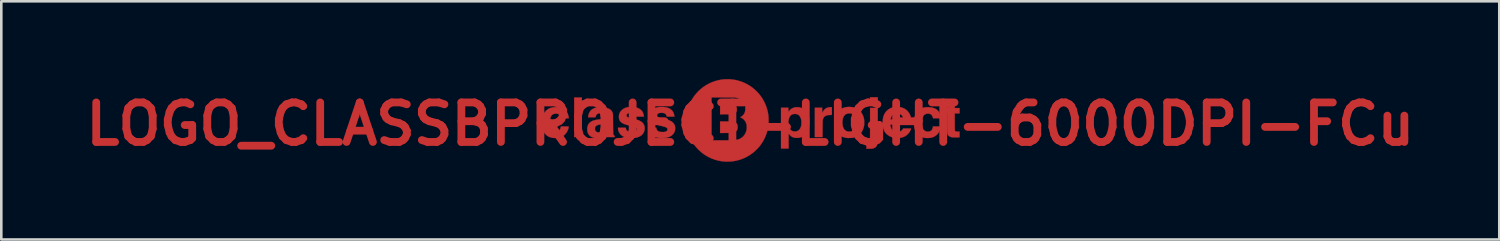
<source format=kicad_pcb>
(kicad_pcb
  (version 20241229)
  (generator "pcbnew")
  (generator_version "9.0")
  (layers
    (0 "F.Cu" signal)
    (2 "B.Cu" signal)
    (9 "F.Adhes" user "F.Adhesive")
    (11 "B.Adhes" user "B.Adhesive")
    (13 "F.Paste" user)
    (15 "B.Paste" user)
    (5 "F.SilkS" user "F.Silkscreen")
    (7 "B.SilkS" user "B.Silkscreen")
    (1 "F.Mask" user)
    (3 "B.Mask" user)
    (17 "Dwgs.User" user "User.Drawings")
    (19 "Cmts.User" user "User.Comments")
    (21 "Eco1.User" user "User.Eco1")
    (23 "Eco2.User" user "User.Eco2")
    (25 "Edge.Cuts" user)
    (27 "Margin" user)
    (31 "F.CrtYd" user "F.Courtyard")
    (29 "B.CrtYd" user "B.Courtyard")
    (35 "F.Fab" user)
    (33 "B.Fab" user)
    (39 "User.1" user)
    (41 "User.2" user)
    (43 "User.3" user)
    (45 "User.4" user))
  (footprint "LOGO_CLASSBPROJECT-LIGHT-6000DPI-FCu"
    (layer "F.Cu")
    (at 25.879 1.734)
    (property "Reference" "LOGO_CLASSBPROJECT-LIGHT-6000DPI-FCu" (at 0 0 0) (layer "F.Cu") (effects (font (size 1.524 1.524) (thickness 0.3))))
    (attr through_hole)
    (fp_poly (pts (xy -6.494 0.5) (xy -6.79 0.5) (xy -6.79 -1.024) (xy -6.494 -1.024) (xy -6.494 0.5)) (stroke (width 0.01) (type solid)) (fill yes) (layer "F.Cu"))
    (fp_poly (pts (xy 4.915 -0.762) (xy 4.619 -0.762) (xy 4.619 -1.033) (xy 4.915 -1.033) (xy 4.915 -0.762)) (stroke (width 0.01) (type solid)) (fill yes) (layer "F.Cu"))
    (fp_poly (pts (xy -0.949 -0.102) (xy -0.891 -0.101) (xy -0.84 -0.101) (xy -0.796 -0.101) (xy -0.758 -0.1) (xy -0.726 -0.099) (xy -0.699 -0.097) (xy -0.676 -0.095) (xy -0.656 -0.092) (xy -0.639 -0.089) (xy -0.623 -0.084) (xy -0.609 -0.079) (xy -0.595 -0.074) (xy -0.585 -0.069) (xy -0.553 -0.049) (xy -0.526 -0.023) (xy -0.506 0.009) (xy -0.493 0.044) (xy -0.489 0.062) (xy -0.488 0.086) (xy -0.487 0.112) (xy -0.488 0.138) (xy -0.49 0.162) (xy -0.491 0.172) (xy -0.502 0.209) (xy -0.52 0.244) (xy -0.544 0.274) (xy -0.573 0.299) (xy -0.598 0.314) (xy -0.61 0.319) (xy -0.621 0.323) (xy -0.631 0.327) (xy -0.643 0.33) (xy -0.655 0.333) (xy -0.67 0.335) (xy -0.688 0.337) (xy -0.709 0.338) (xy -0.735 0.339) (xy -0.766 0.34) (xy -0.803 0.341) (xy -0.847 0.341) (xy -0.897 0.342) (xy -0.924 0.342) (xy -1.164 0.344) (xy -1.164 -0.102) (xy -0.949 -0.102)) (stroke (width 0.01) (type solid)) (fill yes) (layer "F.Cu"))
    (fp_poly (pts (xy 3.145 -0.353) (xy 3.07 -0.35) (xy 3.037 -0.349) (xy 3.01 -0.347) (xy 2.988 -0.344) (xy 2.97 -0.341) (xy 2.963 -0.339) (xy 2.92 -0.325) (xy 2.883 -0.305) (xy 2.853 -0.28) (xy 2.829 -0.248) (xy 2.81 -0.211) (xy 2.797 -0.167) (xy 2.797 -0.167) (xy 2.795 -0.16) (xy 2.794 -0.152) (xy 2.793 -0.144) (xy 2.792 -0.134) (xy 2.791 -0.123) (xy 2.79 -0.109) (xy 2.789 -0.091) (xy 2.789 -0.07) (xy 2.788 -0.044) (xy 2.788 -0.013) (xy 2.788 0.024) (xy 2.787 0.067) (xy 2.787 0.118) (xy 2.787 0.176) (xy 2.787 0.185) (xy 2.785 0.5) (xy 2.489 0.5) (xy 2.489 -0.631) (xy 2.768 -0.631) (xy 2.77 -0.533) (xy 2.771 -0.435) (xy 2.799 -0.477) (xy 2.826 -0.515) (xy 2.851 -0.547) (xy 2.876 -0.573) (xy 2.901 -0.594) (xy 2.928 -0.612) (xy 2.949 -0.623) (xy 2.983 -0.635) (xy 3.022 -0.645) (xy 3.065 -0.65) (xy 3.1 -0.652) (xy 3.145 -0.652) (xy 3.145 -0.353)) (stroke (width 0.01) (type solid)) (fill yes) (layer "F.Cu"))
    (fp_poly (pts (xy -0.937 -0.744) (xy -0.884 -0.743) (xy -0.839 -0.743) (xy -0.801 -0.742) (xy -0.768 -0.741) (xy -0.741 -0.741) (xy -0.719 -0.739) (xy -0.699 -0.738) (xy -0.683 -0.736) (xy -0.668 -0.734) (xy -0.655 -0.731) (xy -0.641 -0.728) (xy -0.627 -0.724) (xy -0.621 -0.722) (xy -0.592 -0.709) (xy -0.566 -0.69) (xy -0.547 -0.667) (xy -0.537 -0.651) (xy -0.53 -0.635) (xy -0.526 -0.617) (xy -0.524 -0.595) (xy -0.523 -0.568) (xy -0.523 -0.561) (xy -0.523 -0.537) (xy -0.524 -0.52) (xy -0.527 -0.506) (xy -0.53 -0.494) (xy -0.533 -0.486) (xy -0.549 -0.456) (xy -0.571 -0.432) (xy -0.6 -0.412) (xy -0.608 -0.408) (xy -0.62 -0.403) (xy -0.631 -0.398) (xy -0.642 -0.393) (xy -0.654 -0.39) (xy -0.666 -0.387) (xy -0.681 -0.385) (xy -0.699 -0.383) (xy -0.72 -0.381) (xy -0.745 -0.38) (xy -0.776 -0.38) (xy -0.812 -0.379) (xy -0.855 -0.379) (xy -0.905 -0.378) (xy -0.93 -0.378) (xy -1.164 -0.376) (xy -1.164 -0.746) (xy -0.937 -0.744)) (stroke (width 0.01) (type solid)) (fill yes) (layer "F.Cu"))
    (fp_poly (pts (xy 4.914 0.052) (xy 4.914 0.141) (xy 4.913 0.221) (xy 4.913 0.294) (xy 4.913 0.36) (xy 4.913 0.419) (xy 4.913 0.472) (xy 4.912 0.518) (xy 4.912 0.559) (xy 4.912 0.595) (xy 4.912 0.625) (xy 4.911 0.651) (xy 4.911 0.674) (xy 4.91 0.692) (xy 4.91 0.707) (xy 4.909 0.72) (xy 4.909 0.73) (xy 4.908 0.737) (xy 4.907 0.744) (xy 4.906 0.749) (xy 4.905 0.753) (xy 4.905 0.754) (xy 4.891 0.799) (xy 4.873 0.837) (xy 4.852 0.868) (xy 4.827 0.894) (xy 4.796 0.914) (xy 4.759 0.93) (xy 4.716 0.943) (xy 4.701 0.945) (xy 4.679 0.947) (xy 4.651 0.949) (xy 4.614 0.95) (xy 4.584 0.951) (xy 4.479 0.953) (xy 4.479 0.715) (xy 4.512 0.718) (xy 4.542 0.719) (xy 4.565 0.715) (xy 4.585 0.706) (xy 4.595 0.699) (xy 4.605 0.687) (xy 4.613 0.673) (xy 4.614 0.67) (xy 4.614 0.665) (xy 4.615 0.656) (xy 4.616 0.642) (xy 4.616 0.623) (xy 4.617 0.598) (xy 4.617 0.568) (xy 4.617 0.532) (xy 4.618 0.49) (xy 4.618 0.441) (xy 4.618 0.386) (xy 4.618 0.323) (xy 4.618 0.253) (xy 4.619 0.175) (xy 4.619 0.09) (xy 4.619 0.015) (xy 4.619 -0.622) (xy 4.915 -0.622) (xy 4.914 0.052)) (stroke (width 0.01) (type solid)) (fill yes) (layer "F.Cu"))
    (fp_poly (pts (xy 7.882 -0.618) (xy 8.069 -0.618) (xy 8.069 -0.411) (xy 7.882 -0.411) (xy 7.882 -0.103) (xy 7.883 -0.039) (xy 7.883 0.016) (xy 7.883 0.065) (xy 7.883 0.106) (xy 7.884 0.141) (xy 7.884 0.171) (xy 7.885 0.195) (xy 7.886 0.215) (xy 7.888 0.231) (xy 7.889 0.244) (xy 7.891 0.253) (xy 7.893 0.261) (xy 7.896 0.266) (xy 7.897 0.269) (xy 7.906 0.277) (xy 7.921 0.283) (xy 7.943 0.287) (xy 7.973 0.289) (xy 8.008 0.29) (xy 8.069 0.289) (xy 8.069 0.507) (xy 8.055 0.509) (xy 8.047 0.51) (xy 8.032 0.511) (xy 8.011 0.512) (xy 7.986 0.513) (xy 7.957 0.514) (xy 7.929 0.514) (xy 7.891 0.515) (xy 7.86 0.515) (xy 7.835 0.515) (xy 7.815 0.514) (xy 7.799 0.512) (xy 7.785 0.511) (xy 7.782 0.51) (xy 7.737 0.499) (xy 7.697 0.484) (xy 7.664 0.464) (xy 7.637 0.44) (xy 7.618 0.413) (xy 7.617 0.413) (xy 7.613 0.404) (xy 7.609 0.396) (xy 7.605 0.388) (xy 7.602 0.38) (xy 7.6 0.37) (xy 7.598 0.358) (xy 7.596 0.344) (xy 7.594 0.327) (xy 7.593 0.307) (xy 7.592 0.282) (xy 7.592 0.253) (xy 7.591 0.219) (xy 7.591 0.179) (xy 7.591 0.133) (xy 7.59 0.08) (xy 7.59 0.02) (xy 7.59 -0.044) (xy 7.59 -0.411) (xy 7.434 -0.411) (xy 7.434 -0.618) (xy 7.59 -0.618) (xy 7.59 -0.936) (xy 7.882 -0.936) (xy 7.882 -0.618)) (stroke (width 0.01) (type solid)) (fill yes) (layer "F.Cu"))
    (fp_poly (pts (xy 1.869 -0.648) (xy 1.929 -0.636) (xy 1.986 -0.617) (xy 2.039 -0.59) (xy 2.088 -0.555) (xy 2.135 -0.513) (xy 2.137 -0.511) (xy 2.173 -0.468) (xy 2.204 -0.421) (xy 2.229 -0.37) (xy 2.249 -0.314) (xy 2.264 -0.252) (xy 2.273 -0.191) (xy 2.275 -0.169) (xy 2.276 -0.141) (xy 2.277 -0.109) (xy 2.277 -0.074) (xy 2.277 -0.04) (xy 2.276 -0.007) (xy 2.275 0.022) (xy 2.273 0.046) (xy 2.273 0.046) (xy 2.261 0.121) (xy 2.244 0.191) (xy 2.22 0.255) (xy 2.191 0.312) (xy 2.156 0.364) (xy 2.115 0.41) (xy 2.073 0.445) (xy 2.026 0.477) (xy 1.976 0.501) (xy 1.925 0.518) (xy 1.87 0.529) (xy 1.81 0.533) (xy 1.776 0.532) (xy 1.74 0.53) (xy 1.71 0.526) (xy 1.683 0.521) (xy 1.658 0.513) (xy 1.631 0.501) (xy 1.628 0.5) (xy 1.601 0.486) (xy 1.577 0.471) (xy 1.555 0.453) (xy 1.533 0.432) (xy 1.51 0.405) (xy 1.487 0.375) (xy 1.477 0.363) (xy 1.477 0.944) (xy 1.185 0.944) (xy 1.185 -0.035) (xy 1.47 -0.035) (xy 1.47 -0.015) (xy 1.474 0.037) (xy 1.48 0.082) (xy 1.49 0.121) (xy 1.505 0.155) (xy 1.523 0.186) (xy 1.547 0.214) (xy 1.551 0.218) (xy 1.584 0.246) (xy 1.619 0.266) (xy 1.658 0.279) (xy 1.67 0.282) (xy 1.7 0.285) (xy 1.733 0.285) (xy 1.766 0.282) (xy 1.791 0.277) (xy 1.83 0.261) (xy 1.865 0.238) (xy 1.896 0.208) (xy 1.921 0.171) (xy 1.943 0.127) (xy 1.958 0.078) (xy 1.963 0.059) (xy 1.966 0.041) (xy 1.969 0.022) (xy 1.97 -0.001) (xy 1.971 -0.03) (xy 1.972 -0.035) (xy 1.972 -0.074) (xy 1.971 -0.107) (xy 1.969 -0.136) (xy 1.964 -0.164) (xy 1.957 -0.191) (xy 1.953 -0.205) (xy 1.935 -0.253) (xy 1.913 -0.294) (xy 1.887 -0.327) (xy 1.857 -0.353) (xy 1.823 -0.373) (xy 1.784 -0.385) (xy 1.74 -0.391) (xy 1.721 -0.391) (xy 1.678 -0.389) (xy 1.64 -0.381) (xy 1.607 -0.368) (xy 1.577 -0.348) (xy 1.555 -0.328) (xy 1.528 -0.295) (xy 1.506 -0.255) (xy 1.489 -0.21) (xy 1.478 -0.158) (xy 1.471 -0.1) (xy 1.47 -0.035) (xy 1.185 -0.035) (xy 1.185 -0.631) (xy 1.469 -0.631) (xy 1.47 -0.55) (xy 1.471 -0.469) (xy 1.491 -0.496) (xy 1.528 -0.541) (xy 1.57 -0.578) (xy 1.615 -0.607) (xy 1.665 -0.629) (xy 1.719 -0.644) (xy 1.776 -0.651) (xy 1.805 -0.652) (xy 1.869 -0.648)) (stroke (width 0.01) (type solid)) (fill yes) (layer "F.Cu"))
    (fp_poly (pts (xy 5.731 -0.657) (xy 5.8 -0.647) (xy 5.865 -0.629) (xy 5.924 -0.605) (xy 5.978 -0.575) (xy 6.028 -0.537) (xy 6.072 -0.493) (xy 6.111 -0.442) (xy 6.145 -0.385) (xy 6.153 -0.368) (xy 6.169 -0.332) (xy 6.181 -0.296) (xy 6.191 -0.258) (xy 6.199 -0.218) (xy 6.204 -0.173) (xy 6.208 -0.123) (xy 6.209 -0.079) (xy 6.212 0.017) (xy 5.402 0.017) (xy 5.402 0.036) (xy 5.404 0.067) (xy 5.411 0.101) (xy 5.422 0.137) (xy 5.435 0.17) (xy 5.443 0.185) (xy 5.459 0.208) (xy 5.481 0.231) (xy 5.506 0.252) (xy 5.531 0.269) (xy 5.538 0.273) (xy 5.567 0.286) (xy 5.595 0.294) (xy 5.623 0.3) (xy 5.656 0.302) (xy 5.675 0.302) (xy 5.698 0.302) (xy 5.716 0.301) (xy 5.731 0.298) (xy 5.746 0.295) (xy 5.759 0.29) (xy 5.779 0.283) (xy 5.798 0.273) (xy 5.814 0.264) (xy 5.815 0.264) (xy 5.835 0.248) (xy 5.856 0.227) (xy 5.874 0.204) (xy 5.885 0.186) (xy 5.893 0.169) (xy 6.196 0.169) (xy 6.192 0.191) (xy 6.182 0.23) (xy 6.163 0.27) (xy 6.137 0.312) (xy 6.104 0.354) (xy 6.071 0.389) (xy 6.023 0.431) (xy 5.972 0.466) (xy 5.917 0.494) (xy 5.857 0.514) (xy 5.793 0.529) (xy 5.764 0.533) (xy 5.736 0.535) (xy 5.703 0.537) (xy 5.667 0.537) (xy 5.631 0.536) (xy 5.598 0.535) (xy 5.571 0.532) (xy 5.565 0.531) (xy 5.504 0.518) (xy 5.444 0.499) (xy 5.387 0.474) (xy 5.334 0.444) (xy 5.285 0.409) (xy 5.242 0.371) (xy 5.206 0.329) (xy 5.195 0.314) (xy 5.166 0.265) (xy 5.143 0.21) (xy 5.125 0.149) (xy 5.112 0.084) (xy 5.104 0.014) (xy 5.102 -0.058) (xy 5.105 -0.12) (xy 5.111 -0.178) (xy 5.406 -0.178) (xy 5.904 -0.178) (xy 5.901 -0.204) (xy 5.89 -0.25) (xy 5.874 -0.291) (xy 5.85 -0.327) (xy 5.821 -0.357) (xy 5.786 -0.381) (xy 5.746 -0.399) (xy 5.707 -0.409) (xy 5.66 -0.414) (xy 5.615 -0.411) (xy 5.573 -0.402) (xy 5.534 -0.386) (xy 5.5 -0.364) (xy 5.484 -0.349) (xy 5.464 -0.325) (xy 5.446 -0.299) (xy 5.432 -0.268) (xy 5.419 -0.232) (xy 5.408 -0.189) (xy 5.406 -0.178) (xy 5.111 -0.178) (xy 5.113 -0.195) (xy 5.126 -0.263) (xy 5.145 -0.325) (xy 5.169 -0.382) (xy 5.199 -0.434) (xy 5.235 -0.481) (xy 5.271 -0.519) (xy 5.32 -0.56) (xy 5.374 -0.594) (xy 5.431 -0.621) (xy 5.493 -0.641) (xy 5.559 -0.654) (xy 5.63 -0.66) (xy 5.657 -0.66) (xy 5.731 -0.657)) (stroke (width 0.01) (type solid)) (fill yes) (layer "F.Cu"))
    (fp_poly (pts (xy -7.461 -0.65) (xy -7.423 -0.648) (xy -7.39 -0.645) (xy -7.366 -0.642) (xy -7.302 -0.626) (xy -7.244 -0.606) (xy -7.194 -0.581) (xy -7.149 -0.551) (xy -7.111 -0.516) (xy -7.078 -0.475) (xy -7.051 -0.427) (xy -7.029 -0.374) (xy -7.012 -0.313) (xy -7 -0.246) (xy -7 -0.244) (xy -6.997 -0.224) (xy -7.301 -0.224) (xy -7.306 -0.249) (xy -7.31 -0.265) (xy -7.318 -0.285) (xy -7.326 -0.305) (xy -7.328 -0.308) (xy -7.347 -0.339) (xy -7.369 -0.364) (xy -7.395 -0.382) (xy -7.427 -0.395) (xy -7.466 -0.403) (xy -7.47 -0.403) (xy -7.511 -0.405) (xy -7.551 -0.399) (xy -7.589 -0.386) (xy -7.622 -0.367) (xy -7.643 -0.35) (xy -7.666 -0.323) (xy -7.685 -0.292) (xy -7.701 -0.256) (xy -7.713 -0.215) (xy -7.721 -0.168) (xy -7.726 -0.115) (xy -7.727 -0.054) (xy -7.727 -0.051) (xy -7.726 0.006) (xy -7.722 0.056) (xy -7.715 0.099) (xy -7.705 0.137) (xy -7.692 0.171) (xy -7.675 0.202) (xy -7.673 0.205) (xy -7.648 0.235) (xy -7.618 0.259) (xy -7.583 0.277) (xy -7.544 0.288) (xy -7.503 0.291) (xy -7.468 0.289) (xy -7.432 0.282) (xy -7.402 0.27) (xy -7.376 0.255) (xy -7.355 0.234) (xy -7.337 0.207) (xy -7.323 0.174) (xy -7.311 0.134) (xy -7.304 0.103) (xy -7.302 0.093) (xy -7.152 0.093) (xy -7.113 0.093) (xy -7.081 0.093) (xy -7.055 0.093) (xy -7.036 0.094) (xy -7.022 0.094) (xy -7.013 0.095) (xy -7.007 0.096) (xy -7.004 0.097) (xy -7.002 0.099) (xy -7.002 0.101) (xy -7.003 0.113) (xy -7.006 0.131) (xy -7.01 0.152) (xy -7.016 0.174) (xy -7.021 0.195) (xy -7.025 0.207) (xy -7.042 0.25) (xy -7.066 0.294) (xy -7.093 0.338) (xy -7.123 0.377) (xy -7.15 0.407) (xy -7.196 0.446) (xy -7.247 0.478) (xy -7.302 0.504) (xy -7.362 0.522) (xy -7.409 0.531) (xy -7.44 0.534) (xy -7.475 0.536) (xy -7.514 0.537) (xy -7.552 0.536) (xy -7.588 0.535) (xy -7.619 0.531) (xy -7.622 0.531) (xy -7.687 0.517) (xy -7.746 0.498) (xy -7.799 0.472) (xy -7.847 0.439) (xy -7.89 0.4) (xy -7.928 0.354) (xy -7.961 0.302) (xy -7.975 0.273) (xy -7.999 0.214) (xy -8.018 0.149) (xy -8.03 0.079) (xy -8.037 0.007) (xy -8.038 -0.068) (xy -8.036 -0.109) (xy -8.029 -0.175) (xy -8.02 -0.234) (xy -8.007 -0.288) (xy -7.99 -0.337) (xy -7.97 -0.384) (xy -7.948 -0.424) (xy -7.915 -0.47) (xy -7.876 -0.514) (xy -7.833 -0.552) (xy -7.786 -0.584) (xy -7.768 -0.595) (xy -7.735 -0.61) (xy -7.697 -0.624) (xy -7.656 -0.635) (xy -7.615 -0.644) (xy -7.603 -0.646) (xy -7.573 -0.649) (xy -7.538 -0.651) (xy -7.5 -0.651) (xy -7.461 -0.65)) (stroke (width 0.01) (type solid)) (fill yes) (layer "F.Cu"))
    (fp_poly (pts (xy 6.886 -0.65) (xy 6.923 -0.648) (xy 6.957 -0.645) (xy 6.981 -0.642) (xy 7.045 -0.626) (xy 7.102 -0.606) (xy 7.153 -0.581) (xy 7.198 -0.551) (xy 7.236 -0.516) (xy 7.269 -0.475) (xy 7.296 -0.427) (xy 7.318 -0.374) (xy 7.334 -0.313) (xy 7.347 -0.246) (xy 7.347 -0.244) (xy 7.35 -0.224) (xy 7.046 -0.224) (xy 7.041 -0.249) (xy 7.036 -0.265) (xy 7.029 -0.285) (xy 7.02 -0.305) (xy 7.019 -0.308) (xy 7 -0.339) (xy 6.978 -0.364) (xy 6.951 -0.382) (xy 6.92 -0.395) (xy 6.881 -0.403) (xy 6.876 -0.403) (xy 6.835 -0.405) (xy 6.796 -0.399) (xy 6.758 -0.386) (xy 6.725 -0.367) (xy 6.704 -0.35) (xy 6.681 -0.323) (xy 6.661 -0.292) (xy 6.646 -0.256) (xy 6.634 -0.215) (xy 6.626 -0.168) (xy 6.621 -0.115) (xy 6.619 -0.054) (xy 6.619 -0.051) (xy 6.621 0.006) (xy 6.625 0.056) (xy 6.631 0.099) (xy 6.641 0.137) (xy 6.655 0.171) (xy 6.672 0.202) (xy 6.674 0.205) (xy 6.699 0.235) (xy 6.729 0.259) (xy 6.764 0.277) (xy 6.802 0.288) (xy 6.844 0.291) (xy 6.878 0.289) (xy 6.914 0.282) (xy 6.945 0.27) (xy 6.971 0.255) (xy 6.992 0.234) (xy 7.009 0.207) (xy 7.024 0.174) (xy 7.036 0.134) (xy 7.043 0.103) (xy 7.044 0.093) (xy 7.195 0.093) (xy 7.234 0.093) (xy 7.266 0.093) (xy 7.291 0.093) (xy 7.31 0.094) (xy 7.324 0.094) (xy 7.334 0.095) (xy 7.34 0.096) (xy 7.343 0.097) (xy 7.345 0.099) (xy 7.345 0.101) (xy 7.344 0.113) (xy 7.341 0.131) (xy 7.336 0.152) (xy 7.331 0.174) (xy 7.326 0.195) (xy 7.322 0.207) (xy 7.304 0.25) (xy 7.281 0.294) (xy 7.254 0.338) (xy 7.224 0.377) (xy 7.196 0.407) (xy 7.151 0.446) (xy 7.1 0.478) (xy 7.044 0.504) (xy 6.984 0.522) (xy 6.937 0.531) (xy 6.907 0.534) (xy 6.871 0.536) (xy 6.833 0.537) (xy 6.794 0.536) (xy 6.759 0.535) (xy 6.728 0.531) (xy 6.725 0.531) (xy 6.66 0.517) (xy 6.601 0.498) (xy 6.547 0.472) (xy 6.499 0.439) (xy 6.457 0.4) (xy 6.419 0.354) (xy 6.386 0.302) (xy 6.371 0.273) (xy 6.347 0.214) (xy 6.329 0.149) (xy 6.316 0.079) (xy 6.31 0.007) (xy 6.309 -0.068) (xy 6.311 -0.109) (xy 6.318 -0.175) (xy 6.327 -0.234) (xy 6.34 -0.288) (xy 6.357 -0.337) (xy 6.377 -0.384) (xy 6.399 -0.424) (xy 6.432 -0.47) (xy 6.47 -0.514) (xy 6.514 -0.552) (xy 6.56 -0.584) (xy 6.579 -0.595) (xy 6.612 -0.61) (xy 6.65 -0.624) (xy 6.691 -0.635) (xy 6.732 -0.644) (xy 6.744 -0.646) (xy 6.773 -0.649) (xy 6.809 -0.651) (xy 6.847 -0.651) (xy 6.886 -0.65)) (stroke (width 0.01) (type solid)) (fill yes) (layer "F.Cu"))
    (fp_poly (pts (xy 3.85 -0.66) (xy 3.883 -0.659) (xy 3.912 -0.656) (xy 3.918 -0.656) (xy 3.975 -0.646) (xy 4.03 -0.631) (xy 4.083 -0.611) (xy 4.131 -0.588) (xy 4.172 -0.561) (xy 4.174 -0.559) (xy 4.218 -0.521) (xy 4.258 -0.476) (xy 4.294 -0.425) (xy 4.325 -0.369) (xy 4.352 -0.308) (xy 4.373 -0.245) (xy 4.382 -0.206) (xy 4.385 -0.191) (xy 4.388 -0.176) (xy 4.389 -0.161) (xy 4.391 -0.143) (xy 4.391 -0.121) (xy 4.392 -0.094) (xy 4.392 -0.064) (xy 4.392 -0.03) (xy 4.392 -0.004) (xy 4.391 0.018) (xy 4.39 0.036) (xy 4.388 0.051) (xy 4.386 0.067) (xy 4.382 0.083) (xy 4.382 0.084) (xy 4.365 0.151) (xy 4.342 0.214) (xy 4.313 0.273) (xy 4.28 0.327) (xy 4.241 0.376) (xy 4.198 0.418) (xy 4.151 0.454) (xy 4.1 0.483) (xy 4.092 0.486) (xy 4.056 0.501) (xy 4.021 0.513) (xy 3.985 0.522) (xy 3.946 0.529) (xy 3.904 0.533) (xy 3.855 0.535) (xy 3.835 0.535) (xy 3.808 0.536) (xy 3.782 0.536) (xy 3.76 0.536) (xy 3.743 0.536) (xy 3.733 0.535) (xy 3.732 0.535) (xy 3.668 0.524) (xy 3.612 0.51) (xy 3.562 0.493) (xy 3.516 0.472) (xy 3.475 0.447) (xy 3.47 0.443) (xy 3.446 0.424) (xy 3.42 0.399) (xy 3.393 0.371) (xy 3.369 0.341) (xy 3.349 0.314) (xy 3.314 0.255) (xy 3.287 0.193) (xy 3.266 0.129) (xy 3.252 0.06) (xy 3.245 -0.013) (xy 3.244 -0.03) (xy 3.244 -0.038) (xy 3.552 -0.038) (xy 3.555 0.011) (xy 3.561 0.057) (xy 3.571 0.097) (xy 3.573 0.106) (xy 3.592 0.151) (xy 3.615 0.191) (xy 3.643 0.224) (xy 3.676 0.251) (xy 3.712 0.271) (xy 3.724 0.275) (xy 3.769 0.287) (xy 3.815 0.291) (xy 3.863 0.287) (xy 3.871 0.286) (xy 3.913 0.274) (xy 3.952 0.255) (xy 3.986 0.229) (xy 4.016 0.197) (xy 4.04 0.158) (xy 4.059 0.113) (xy 4.068 0.083) (xy 4.077 0.038) (xy 4.082 -0.012) (xy 4.084 -0.065) (xy 4.082 -0.117) (xy 4.076 -0.167) (xy 4.068 -0.205) (xy 4.054 -0.251) (xy 4.033 -0.292) (xy 4.009 -0.329) (xy 3.98 -0.358) (xy 3.948 -0.381) (xy 3.936 -0.388) (xy 3.896 -0.402) (xy 3.854 -0.411) (xy 3.811 -0.413) (xy 3.768 -0.409) (xy 3.727 -0.399) (xy 3.69 -0.384) (xy 3.679 -0.377) (xy 3.651 -0.355) (xy 3.625 -0.326) (xy 3.601 -0.292) (xy 3.583 -0.255) (xy 3.571 -0.224) (xy 3.562 -0.184) (xy 3.555 -0.138) (xy 3.552 -0.088) (xy 3.552 -0.038) (xy 3.244 -0.038) (xy 3.245 -0.11) (xy 3.253 -0.185) (xy 3.268 -0.257) (xy 3.291 -0.324) (xy 3.322 -0.389) (xy 3.36 -0.449) (xy 3.385 -0.482) (xy 3.427 -0.528) (xy 3.474 -0.566) (xy 3.527 -0.598) (xy 3.585 -0.624) (xy 3.648 -0.643) (xy 3.716 -0.655) (xy 3.721 -0.656) (xy 3.747 -0.658) (xy 3.779 -0.66) (xy 3.814 -0.66) (xy 3.85 -0.66)) (stroke (width 0.01) (type solid)) (fill yes) (layer "F.Cu"))
    (fp_poly (pts (xy -4.58 -0.659) (xy -4.568 -0.659) (xy -4.505 -0.656) (xy -4.449 -0.649) (xy -4.398 -0.638) (xy -4.351 -0.624) (xy -4.311 -0.607) (xy -4.263 -0.582) (xy -4.222 -0.551) (xy -4.187 -0.516) (xy -4.158 -0.475) (xy -4.135 -0.429) (xy -4.118 -0.376) (xy -4.106 -0.318) (xy -4.104 -0.308) (xy -4.102 -0.288) (xy -4.397 -0.288) (xy -4.404 -0.317) (xy -4.415 -0.349) (xy -4.431 -0.376) (xy -4.453 -0.397) (xy -4.48 -0.413) (xy -4.514 -0.425) (xy -4.555 -0.432) (xy -4.557 -0.432) (xy -4.596 -0.435) (xy -4.635 -0.433) (xy -4.671 -0.428) (xy -4.703 -0.419) (xy -4.73 -0.406) (xy -4.734 -0.403) (xy -4.753 -0.386) (xy -4.765 -0.364) (xy -4.771 -0.34) (xy -4.769 -0.315) (xy -4.762 -0.296) (xy -4.757 -0.288) (xy -4.75 -0.28) (xy -4.739 -0.272) (xy -4.726 -0.265) (xy -4.708 -0.257) (xy -4.686 -0.249) (xy -4.659 -0.241) (xy -4.626 -0.231) (xy -4.586 -0.221) (xy -4.54 -0.21) (xy -4.486 -0.197) (xy -4.479 -0.195) (xy -4.433 -0.184) (xy -4.394 -0.174) (xy -4.361 -0.165) (xy -4.332 -0.156) (xy -4.306 -0.146) (xy -4.283 -0.136) (xy -4.261 -0.126) (xy -4.216 -0.101) (xy -4.179 -0.074) (xy -4.147 -0.045) (xy -4.122 -0.012) (xy -4.101 0.025) (xy -4.099 0.028) (xy -4.084 0.068) (xy -4.075 0.113) (xy -4.072 0.16) (xy -4.075 0.208) (xy -4.084 0.255) (xy -4.099 0.3) (xy -4.106 0.315) (xy -4.133 0.362) (xy -4.167 0.403) (xy -4.206 0.439) (xy -4.252 0.469) (xy -4.305 0.494) (xy -4.364 0.514) (xy -4.426 0.528) (xy -4.444 0.53) (xy -4.469 0.532) (xy -4.499 0.534) (xy -4.532 0.535) (xy -4.567 0.536) (xy -4.602 0.536) (xy -4.635 0.536) (xy -4.664 0.535) (xy -4.688 0.534) (xy -4.701 0.533) (xy -4.769 0.522) (xy -4.831 0.505) (xy -4.887 0.482) (xy -4.937 0.454) (xy -4.98 0.42) (xy -5.018 0.381) (xy -5.041 0.351) (xy -5.061 0.315) (xy -5.078 0.274) (xy -5.091 0.232) (xy -5.099 0.19) (xy -5.101 0.158) (xy -5.101 0.14) (xy -4.802 0.14) (xy -4.799 0.158) (xy -4.791 0.194) (xy -4.778 0.224) (xy -4.76 0.249) (xy -4.736 0.27) (xy -4.707 0.285) (xy -4.671 0.296) (xy -4.628 0.303) (xy -4.578 0.306) (xy -4.564 0.306) (xy -4.528 0.306) (xy -4.499 0.304) (xy -4.474 0.3) (xy -4.452 0.294) (xy -4.43 0.286) (xy -4.421 0.281) (xy -4.397 0.266) (xy -4.381 0.246) (xy -4.373 0.223) (xy -4.372 0.196) (xy -4.373 0.186) (xy -4.378 0.169) (xy -4.387 0.156) (xy -4.396 0.146) (xy -4.405 0.138) (xy -4.414 0.132) (xy -4.425 0.126) (xy -4.441 0.12) (xy -4.462 0.113) (xy -4.473 0.109) (xy -4.493 0.103) (xy -4.52 0.095) (xy -4.551 0.086) (xy -4.585 0.077) (xy -4.62 0.068) (xy -4.651 0.06) (xy -4.705 0.046) (xy -4.752 0.033) (xy -4.792 0.021) (xy -4.827 0.009) (xy -4.858 -0.002) (xy -4.885 -0.013) (xy -4.906 -0.023) (xy -4.948 -0.047) (xy -4.983 -0.073) (xy -5.011 -0.101) (xy -5.033 -0.132) (xy -5.042 -0.15) (xy -5.051 -0.173) (xy -5.058 -0.193) (xy -5.062 -0.216) (xy -5.064 -0.241) (xy -5.065 -0.272) (xy -5.065 -0.282) (xy -5.065 -0.308) (xy -5.064 -0.329) (xy -5.062 -0.346) (xy -5.059 -0.362) (xy -5.055 -0.374) (xy -5.037 -0.425) (xy -5.011 -0.472) (xy -4.978 -0.515) (xy -4.939 -0.553) (xy -4.894 -0.587) (xy -4.845 -0.614) (xy -4.792 -0.635) (xy -4.771 -0.641) (xy -4.735 -0.649) (xy -4.701 -0.655) (xy -4.665 -0.658) (xy -4.625 -0.66) (xy -4.58 -0.659)) (stroke (width 0.01) (type solid)) (fill yes) (layer "F.Cu"))
    (fp_poly (pts (xy -3.403 -0.659) (xy -3.391 -0.659) (xy -3.329 -0.656) (xy -3.272 -0.649) (xy -3.221 -0.638) (xy -3.174 -0.624) (xy -3.134 -0.607) (xy -3.086 -0.582) (xy -3.045 -0.551) (xy -3.01 -0.516) (xy -2.981 -0.475) (xy -2.958 -0.429) (xy -2.941 -0.376) (xy -2.929 -0.318) (xy -2.927 -0.308) (xy -2.925 -0.288) (xy -3.22 -0.288) (xy -3.227 -0.317) (xy -3.238 -0.349) (xy -3.255 -0.376) (xy -3.276 -0.397) (xy -3.303 -0.413) (xy -3.337 -0.425) (xy -3.378 -0.432) (xy -3.38 -0.432) (xy -3.419 -0.435) (xy -3.458 -0.433) (xy -3.494 -0.428) (xy -3.527 -0.419) (xy -3.553 -0.406) (xy -3.557 -0.403) (xy -3.576 -0.386) (xy -3.588 -0.364) (xy -3.594 -0.34) (xy -3.592 -0.315) (xy -3.586 -0.296) (xy -3.58 -0.288) (xy -3.573 -0.28) (xy -3.562 -0.272) (xy -3.549 -0.265) (xy -3.531 -0.257) (xy -3.509 -0.249) (xy -3.482 -0.241) (xy -3.449 -0.231) (xy -3.41 -0.221) (xy -3.363 -0.21) (xy -3.309 -0.197) (xy -3.302 -0.195) (xy -3.256 -0.184) (xy -3.217 -0.174) (xy -3.184 -0.165) (xy -3.155 -0.156) (xy -3.13 -0.146) (xy -3.106 -0.136) (xy -3.084 -0.126) (xy -3.039 -0.101) (xy -3.002 -0.074) (xy -2.971 -0.045) (xy -2.945 -0.012) (xy -2.924 0.025) (xy -2.922 0.028) (xy -2.907 0.068) (xy -2.898 0.113) (xy -2.895 0.16) (xy -2.898 0.208) (xy -2.907 0.255) (xy -2.922 0.3) (xy -2.929 0.315) (xy -2.956 0.362) (xy -2.99 0.403) (xy -3.029 0.439) (xy -3.076 0.469) (xy -3.128 0.494) (xy -3.187 0.514) (xy -3.249 0.528) (xy -3.267 0.53) (xy -3.292 0.532) (xy -3.322 0.534) (xy -3.355 0.535) (xy -3.39 0.536) (xy -3.425 0.536) (xy -3.458 0.536) (xy -3.487 0.535) (xy -3.511 0.534) (xy -3.524 0.533) (xy -3.593 0.522) (xy -3.655 0.505) (xy -3.71 0.482) (xy -3.76 0.454) (xy -3.804 0.42) (xy -3.841 0.381) (xy -3.864 0.351) (xy -3.884 0.315) (xy -3.901 0.274) (xy -3.914 0.232) (xy -3.922 0.19) (xy -3.924 0.158) (xy -3.924 0.14) (xy -3.625 0.14) (xy -3.622 0.158) (xy -3.614 0.194) (xy -3.601 0.224) (xy -3.583 0.249) (xy -3.559 0.27) (xy -3.53 0.285) (xy -3.494 0.296) (xy -3.451 0.303) (xy -3.401 0.306) (xy -3.387 0.306) (xy -3.351 0.306) (xy -3.322 0.304) (xy -3.297 0.3) (xy -3.275 0.294) (xy -3.254 0.286) (xy -3.244 0.281) (xy -3.22 0.266) (xy -3.204 0.246) (xy -3.196 0.223) (xy -3.195 0.196) (xy -3.197 0.186) (xy -3.202 0.169) (xy -3.21 0.156) (xy -3.219 0.146) (xy -3.228 0.138) (xy -3.237 0.132) (xy -3.248 0.126) (xy -3.264 0.12) (xy -3.285 0.113) (xy -3.296 0.109) (xy -3.316 0.103) (xy -3.343 0.095) (xy -3.374 0.086) (xy -3.408 0.077) (xy -3.443 0.068) (xy -3.474 0.06) (xy -3.528 0.046) (xy -3.575 0.033) (xy -3.615 0.021) (xy -3.651 0.009) (xy -3.681 -0.002) (xy -3.708 -0.013) (xy -3.729 -0.023) (xy -3.771 -0.047) (xy -3.806 -0.073) (xy -3.834 -0.101) (xy -3.856 -0.132) (xy -3.865 -0.15) (xy -3.874 -0.173) (xy -3.881 -0.193) (xy -3.885 -0.216) (xy -3.887 -0.241) (xy -3.888 -0.272) (xy -3.888 -0.282) (xy -3.888 -0.308) (xy -3.887 -0.329) (xy -3.885 -0.346) (xy -3.882 -0.362) (xy -3.879 -0.374) (xy -3.86 -0.425) (xy -3.834 -0.472) (xy -3.801 -0.515) (xy -3.762 -0.553) (xy -3.718 -0.587) (xy -3.668 -0.614) (xy -3.615 -0.635) (xy -3.594 -0.641) (xy -3.558 -0.649) (xy -3.524 -0.655) (xy -3.488 -0.658) (xy -3.448 -0.66) (xy -3.403 -0.659)) (stroke (width 0.01) (type solid)) (fill yes) (layer "F.Cu"))
    (fp_poly (pts (xy -0.798 -1.727) (xy -0.686 -1.717) (xy -0.575 -1.7) (xy -0.464 -1.674) (xy -0.356 -1.641) (xy -0.249 -1.599) (xy -0.193 -1.573) (xy -0.091 -1.52) (xy 0.005 -1.46) (xy 0.097 -1.393) (xy 0.183 -1.32) (xy 0.264 -1.242) (xy 0.34 -1.158) (xy 0.409 -1.069) (xy 0.471 -0.976) (xy 0.527 -0.878) (xy 0.576 -0.777) (xy 0.617 -0.672) (xy 0.651 -0.563) (xy 0.664 -0.512) (xy 0.677 -0.457) (xy 0.686 -0.406) (xy 0.694 -0.355) (xy 0.699 -0.304) (xy 0.703 -0.249) (xy 0.705 -0.189) (xy 0.706 -0.176) (xy 0.706 -0.097) (xy 0.703 -0.024) (xy 0.697 0.046) (xy 0.688 0.115) (xy 0.674 0.185) (xy 0.66 0.246) (xy 0.628 0.358) (xy 0.588 0.465) (xy 0.541 0.569) (xy 0.486 0.669) (xy 0.425 0.765) (xy 0.357 0.856) (xy 0.282 0.942) (xy 0.2 1.023) (xy 0.113 1.098) (xy 0.02 1.167) (xy -0.015 1.191) (xy -0.114 1.25) (xy -0.216 1.302) (xy -0.322 1.346) (xy -0.43 1.382) (xy -0.543 1.411) (xy -0.659 1.432) (xy -0.701 1.437) (xy -0.72 1.439) (xy -0.745 1.441) (xy -0.775 1.443) (xy -0.808 1.444) (xy -0.843 1.445) (xy -0.876 1.446) (xy -0.908 1.446) (xy -0.936 1.446) (xy -0.959 1.446) (xy -0.974 1.445) (xy -1.033 1.44) (xy -1.087 1.434) (xy -1.135 1.427) (xy -1.181 1.419) (xy -1.225 1.41) (xy -1.27 1.399) (xy -1.27 1.399) (xy -1.38 1.367) (xy -1.487 1.328) (xy -1.589 1.281) (xy -1.688 1.227) (xy -1.782 1.167) (xy -1.872 1.1) (xy -1.956 1.028) (xy -2.035 0.95) (xy -2.109 0.866) (xy -2.177 0.777) (xy -2.238 0.684) (xy -2.27 0.627) (xy -1.494 0.627) (xy -1.084 0.627) (xy -1.014 0.626) (xy -0.948 0.626) (xy -0.887 0.626) (xy -0.831 0.626) (xy -0.781 0.625) (xy -0.738 0.625) (xy -0.7 0.624) (xy -0.67 0.624) (xy -0.648 0.623) (xy -0.633 0.622) (xy -0.63 0.622) (xy -0.565 0.614) (xy -0.508 0.603) (xy -0.456 0.589) (xy -0.41 0.571) (xy -0.367 0.549) (xy -0.328 0.523) (xy -0.291 0.492) (xy -0.288 0.489) (xy -0.245 0.442) (xy -0.208 0.391) (xy -0.179 0.335) (xy -0.156 0.275) (xy -0.142 0.212) (xy -0.142 0.211) (xy -0.138 0.179) (xy -0.136 0.143) (xy -0.136 0.105) (xy -0.138 0.068) (xy -0.142 0.034) (xy -0.148 0.006) (xy -0.166 -0.05) (xy -0.191 -0.101) (xy -0.222 -0.146) (xy -0.259 -0.185) (xy -0.302 -0.218) (xy -0.351 -0.245) (xy -0.357 -0.248) (xy -0.37 -0.254) (xy -0.38 -0.259) (xy -0.385 -0.263) (xy -0.385 -0.263) (xy -0.382 -0.266) (xy -0.374 -0.271) (xy -0.346 -0.286) (xy -0.316 -0.308) (xy -0.287 -0.334) (xy -0.261 -0.362) (xy -0.24 -0.391) (xy -0.232 -0.405) (xy -0.213 -0.448) (xy -0.2 -0.496) (xy -0.191 -0.548) (xy -0.189 -0.602) (xy -0.192 -0.657) (xy -0.201 -0.711) (xy -0.203 -0.721) (xy -0.213 -0.753) (xy -0.228 -0.787) (xy -0.245 -0.821) (xy -0.264 -0.851) (xy -0.277 -0.869) (xy -0.314 -0.907) (xy -0.356 -0.94) (xy -0.406 -0.968) (xy -0.461 -0.992) (xy -0.524 -1.011) (xy -0.561 -1.019) (xy -0.567 -1.02) (xy -0.575 -1.021) (xy -0.584 -1.022) (xy -0.595 -1.023) (xy -0.609 -1.024) (xy -0.626 -1.024) (xy -0.647 -1.025) (xy -0.672 -1.025) (xy -0.702 -1.026) (xy -0.737 -1.026) (xy -0.778 -1.026) (xy -0.825 -1.027) (xy -0.879 -1.027) (xy -0.94 -1.027) (xy -1.008 -1.027) (xy -1.045 -1.028) (xy -1.494 -1.029) (xy -1.494 0.627) (xy -2.27 0.627) (xy -2.293 0.586) (xy -2.341 0.484) (xy -2.382 0.378) (xy -2.415 0.268) (xy -2.421 0.246) (xy -2.438 0.173) (xy -2.45 0.104) (xy -2.459 0.035) (xy -2.465 -0.035) (xy -2.467 -0.109) (xy -2.467 -0.176) (xy -2.465 -0.237) (xy -2.461 -0.293) (xy -2.456 -0.345) (xy -2.449 -0.395) (xy -2.44 -0.446) (xy -2.428 -0.501) (xy -2.425 -0.512) (xy -2.395 -0.622) (xy -2.357 -0.728) (xy -2.312 -0.832) (xy -2.259 -0.931) (xy -2.199 -1.027) (xy -2.133 -1.118) (xy -2.061 -1.204) (xy -1.983 -1.285) (xy -1.899 -1.36) (xy -1.81 -1.43) (xy -1.715 -1.493) (xy -1.616 -1.549) (xy -1.569 -1.573) (xy -1.464 -1.619) (xy -1.356 -1.657) (xy -1.247 -1.687) (xy -1.136 -1.709) (xy -1.024 -1.723) (xy -0.911 -1.729) (xy -0.798 -1.727)) (stroke (width 0.01) (type solid)) (fill yes) (layer "F.Cu"))
    (fp_poly (pts (xy -5.737 -0.651) (xy -5.695 -0.649) (xy -5.66 -0.646) (xy -5.627 -0.642) (xy -5.596 -0.636) (xy -5.563 -0.629) (xy -5.548 -0.625) (xy -5.494 -0.608) (xy -5.448 -0.588) (xy -5.409 -0.566) (xy -5.376 -0.541) (xy -5.35 -0.512) (xy -5.329 -0.48) (xy -5.326 -0.474) (xy -5.321 -0.463) (xy -5.316 -0.454) (xy -5.312 -0.445) (xy -5.309 -0.436) (xy -5.306 -0.427) (xy -5.303 -0.416) (xy -5.301 -0.404) (xy -5.299 -0.39) (xy -5.297 -0.373) (xy -5.296 -0.353) (xy -5.295 -0.328) (xy -5.294 -0.299) (xy -5.294 -0.265) (xy -5.293 -0.225) (xy -5.293 -0.179) (xy -5.292 -0.126) (xy -5.292 -0.066) (xy -5.291 -0.008) (xy -5.291 0.066) (xy -5.29 0.132) (xy -5.289 0.189) (xy -5.289 0.239) (xy -5.288 0.282) (xy -5.287 0.317) (xy -5.286 0.345) (xy -5.286 0.366) (xy -5.285 0.381) (xy -5.284 0.389) (xy -5.283 0.389) (xy -5.274 0.414) (xy -5.259 0.434) (xy -5.244 0.447) (xy -5.235 0.452) (xy -5.23 0.458) (xy -5.228 0.466) (xy -5.228 0.477) (xy -5.228 0.5) (xy -5.55 0.5) (xy -5.558 0.473) (xy -5.562 0.457) (xy -5.566 0.438) (xy -5.57 0.417) (xy -5.573 0.397) (xy -5.575 0.382) (xy -5.575 0.376) (xy -5.578 0.377) (xy -5.586 0.383) (xy -5.597 0.393) (xy -5.61 0.404) (xy -5.657 0.444) (xy -5.707 0.477) (xy -5.759 0.504) (xy -5.811 0.523) (xy -5.826 0.527) (xy -5.842 0.53) (xy -5.863 0.532) (xy -5.89 0.534) (xy -5.918 0.536) (xy -5.946 0.536) (xy -5.972 0.536) (xy -5.994 0.535) (xy -6.009 0.533) (xy -6.063 0.52) (xy -6.112 0.5) (xy -6.156 0.474) (xy -6.195 0.443) (xy -6.227 0.406) (xy -6.253 0.365) (xy -6.272 0.319) (xy -6.276 0.306) (xy -6.279 0.289) (xy -6.282 0.265) (xy -6.284 0.237) (xy -6.286 0.207) (xy -6.286 0.179) (xy -6.286 0.178) (xy -5.988 0.178) (xy -5.988 0.18) (xy -5.988 0.201) (xy -5.987 0.217) (xy -5.985 0.229) (xy -5.982 0.24) (xy -5.977 0.251) (xy -5.961 0.275) (xy -5.938 0.295) (xy -5.909 0.31) (xy -5.882 0.318) (xy -5.865 0.32) (xy -5.842 0.32) (xy -5.817 0.318) (xy -5.793 0.315) (xy -5.772 0.311) (xy -5.731 0.297) (xy -5.694 0.279) (xy -5.661 0.255) (xy -5.635 0.229) (xy -5.616 0.199) (xy -5.614 0.195) (xy -5.605 0.175) (xy -5.599 0.154) (xy -5.594 0.131) (xy -5.59 0.105) (xy -5.587 0.074) (xy -5.585 0.036) (xy -5.585 0.03) (xy -5.582 -0.048) (xy -5.601 -0.037) (xy -5.617 -0.029) (xy -5.635 -0.021) (xy -5.655 -0.015) (xy -5.68 -0.008) (xy -5.71 -0.001) (xy -5.747 0.006) (xy -5.747 0.006) (xy -5.775 0.012) (xy -5.802 0.017) (xy -5.826 0.022) (xy -5.846 0.027) (xy -5.858 0.03) (xy -5.897 0.043) (xy -5.929 0.06) (xy -5.954 0.08) (xy -5.973 0.106) (xy -5.977 0.112) (xy -5.982 0.122) (xy -5.985 0.132) (xy -5.987 0.143) (xy -5.988 0.158) (xy -5.988 0.178) (xy -6.286 0.178) (xy -6.285 0.153) (xy -6.283 0.132) (xy -6.283 0.129) (xy -6.27 0.076) (xy -6.251 0.028) (xy -6.225 -0.015) (xy -6.193 -0.052) (xy -6.164 -0.076) (xy -6.138 -0.094) (xy -6.11 -0.11) (xy -6.08 -0.125) (xy -6.047 -0.137) (xy -6.009 -0.148) (xy -5.967 -0.158) (xy -5.918 -0.167) (xy -5.863 -0.175) (xy -5.824 -0.18) (xy -5.796 -0.184) (xy -5.768 -0.188) (xy -5.743 -0.191) (xy -5.723 -0.194) (xy -5.71 -0.197) (xy -5.67 -0.207) (xy -5.638 -0.22) (xy -5.613 -0.236) (xy -5.596 -0.256) (xy -5.587 -0.279) (xy -5.585 -0.306) (xy -5.586 -0.315) (xy -5.593 -0.342) (xy -5.605 -0.365) (xy -5.622 -0.383) (xy -5.646 -0.397) (xy -5.677 -0.407) (xy -5.714 -0.414) (xy -5.759 -0.416) (xy -5.772 -0.416) (xy -5.798 -0.416) (xy -5.817 -0.415) (xy -5.831 -0.414) (xy -5.844 -0.411) (xy -5.856 -0.408) (xy -5.859 -0.407) (xy -5.89 -0.393) (xy -5.915 -0.376) (xy -5.933 -0.354) (xy -5.934 -0.353) (xy -5.943 -0.337) (xy -5.951 -0.319) (xy -5.958 -0.3) (xy -5.963 -0.283) (xy -5.965 -0.271) (xy -5.965 -0.269) (xy -5.966 -0.267) (xy -5.969 -0.265) (xy -5.975 -0.264) (xy -5.984 -0.264) (xy -5.997 -0.263) (xy -6.016 -0.263) (xy -6.04 -0.263) (xy -6.072 -0.262) (xy -6.109 -0.262) (xy -6.253 -0.262) (xy -6.25 -0.285) (xy -6.24 -0.346) (xy -6.224 -0.402) (xy -6.202 -0.452) (xy -6.175 -0.496) (xy -6.142 -0.534) (xy -6.114 -0.558) (xy -6.07 -0.587) (xy -6.022 -0.611) (xy -5.968 -0.629) (xy -5.908 -0.641) (xy -5.843 -0.649) (xy -5.771 -0.651) (xy -5.737 -0.651)) (stroke (width 0.01) (type solid)) (fill yes) (layer "F.Cu")))
  (gr_rect
    (start -3 -3)
    (end 54.758 6.185)
    (stroke (width 0.1) (type default))
    (fill no)
    (layer "Edge.Cuts")))
</source>
